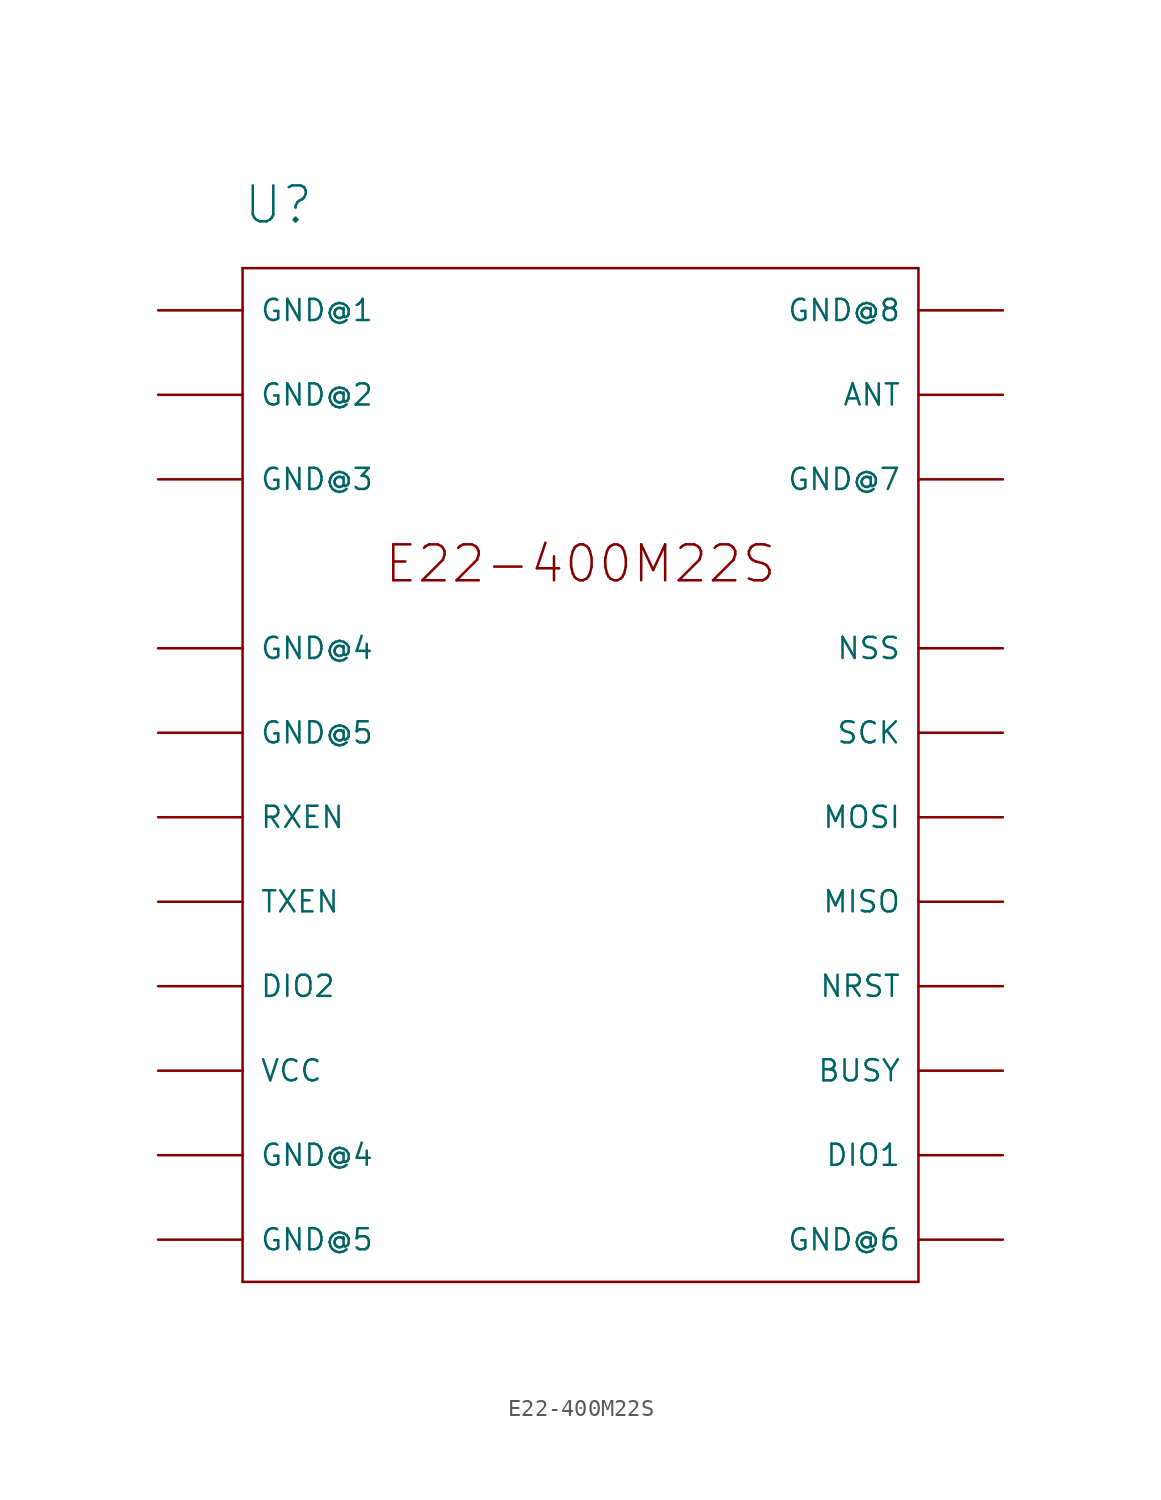
<source format=kicad_sym>
(kicad_symbol_lib
  (version 20211014)
  (generator kicad_symbol_editor)
  (symbol "E22-400M22S"
    (pin_names
      (offset 1.016))
    (property "Reference" "U"
      (at -20.32 33.02 0)
      (effects (font (size 2.159 2.159)) (justify left bottom)))
    (symbol "E22-400M22S_1_0"
      (polyline (pts (xy -20.32 -30.48) (xy 20.32 -30.48)) (stroke (width 0) (type default) (color 0 0 0 0)) (fill (type none)))
      (polyline (pts (xy -20.32 30.48) (xy -20.32 -30.48)) (stroke (width 0) (type default) (color 0 0 0 0)) (fill (type none)))
      (polyline (pts (xy 20.32 -30.48) (xy 20.32 30.48)) (stroke (width 0) (type default) (color 0 0 0 0)) (fill (type none)))
      (polyline (pts (xy 20.32 30.48) (xy -20.32 30.48)) (stroke (width 0) (type default) (color 0 0 0 0)) (fill (type none)))
      (text "E22-400M22S" (at 0 12.7 0) (effects (font (size 2.159 2.159))))
      (pin bidirectional line (at -25.4 27.94 0) (length 5.08) (name "GND@1" (effects (font (size 1.27 1.27)))) (number "1" (effects (font (size 0 0)))))
      (pin bidirectional line (at -25.4 -22.86 0) (length 5.08) (name "GND@4" (effects (font (size 1.27 1.27)))) (number "10" (effects (font (size 0 0)))))
      (pin bidirectional line (at -25.4 -27.94 0) (length 5.08) (name "GND@5" (effects (font (size 1.27 1.27)))) (number "11" (effects (font (size 0 0)))))
      (pin bidirectional line (at 25.4 -27.94 180) (length 5.08) (name "GND@6" (effects (font (size 1.27 1.27)))) (number "12" (effects (font (size 0 0)))))
      (pin bidirectional line (at 25.4 -22.86 180) (length 5.08) (name "DIO1" (effects (font (size 1.27 1.27)))) (number "13" (effects (font (size 0 0)))))
      (pin bidirectional line (at 25.4 -17.78 180) (length 5.08) (name "BUSY" (effects (font (size 1.27 1.27)))) (number "14" (effects (font (size 0 0)))))
      (pin bidirectional line (at 25.4 -12.7 180) (length 5.08) (name "NRST" (effects (font (size 1.27 1.27)))) (number "15" (effects (font (size 0 0)))))
      (pin bidirectional line (at 25.4 -7.62 180) (length 5.08) (name "MISO" (effects (font (size 1.27 1.27)))) (number "16" (effects (font (size 0 0)))))
      (pin bidirectional line (at 25.4 -2.54 180) (length 5.08) (name "MOSI" (effects (font (size 1.27 1.27)))) (number "17" (effects (font (size 0 0)))))
      (pin bidirectional line (at 25.4 2.54 180) (length 5.08) (name "SCK" (effects (font (size 1.27 1.27)))) (number "18" (effects (font (size 0 0)))))
      (pin bidirectional line (at 25.4 7.62 180) (length 5.08) (name "NSS" (effects (font (size 1.27 1.27)))) (number "19" (effects (font (size 0 0)))))
      (pin bidirectional line (at -25.4 22.86 0) (length 5.08) (name "GND@2" (effects (font (size 1.27 1.27)))) (number "2" (effects (font (size 0 0)))))
      (pin bidirectional line (at 25.4 17.78 180) (length 5.08) (name "GND@7" (effects (font (size 1.27 1.27)))) (number "20" (effects (font (size 0 0)))))
      (pin bidirectional line (at 25.4 22.86 180) (length 5.08) (name "ANT" (effects (font (size 1.27 1.27)))) (number "21" (effects (font (size 0 0)))))
      (pin bidirectional line (at 25.4 27.94 180) (length 5.08) (name "GND@8" (effects (font (size 1.27 1.27)))) (number "22" (effects (font (size 0 0)))))
      (pin bidirectional line (at -25.4 17.78 0) (length 5.08) (name "GND@3" (effects (font (size 1.27 1.27)))) (number "3" (effects (font (size 0 0)))))
      (pin bidirectional line (at -25.4 7.62 0) (length 5.08) (name "GND@4" (effects (font (size 1.27 1.27)))) (number "4" (effects (font (size 0 0)))))
      (pin bidirectional line (at -25.4 2.54 0) (length 5.08) (name "GND@5" (effects (font (size 1.27 1.27)))) (number "5" (effects (font (size 0 0)))))
      (pin bidirectional line (at -25.4 -2.54 0) (length 5.08) (name "RXEN" (effects (font (size 1.27 1.27)))) (number "6" (effects (font (size 0 0)))))
      (pin bidirectional line (at -25.4 -7.62 0) (length 5.08) (name "TXEN" (effects (font (size 1.27 1.27)))) (number "7" (effects (font (size 0 0)))))
      (pin bidirectional line (at -25.4 -12.7 0) (length 5.08) (name "DIO2" (effects (font (size 1.27 1.27)))) (number "8" (effects (font (size 0 0)))))
      (pin bidirectional line (at -25.4 -17.78 0) (length 5.08) (name "VCC" (effects (font (size 1.27 1.27)))) (number "9" (effects (font (size 0 0))))))))
</source>
